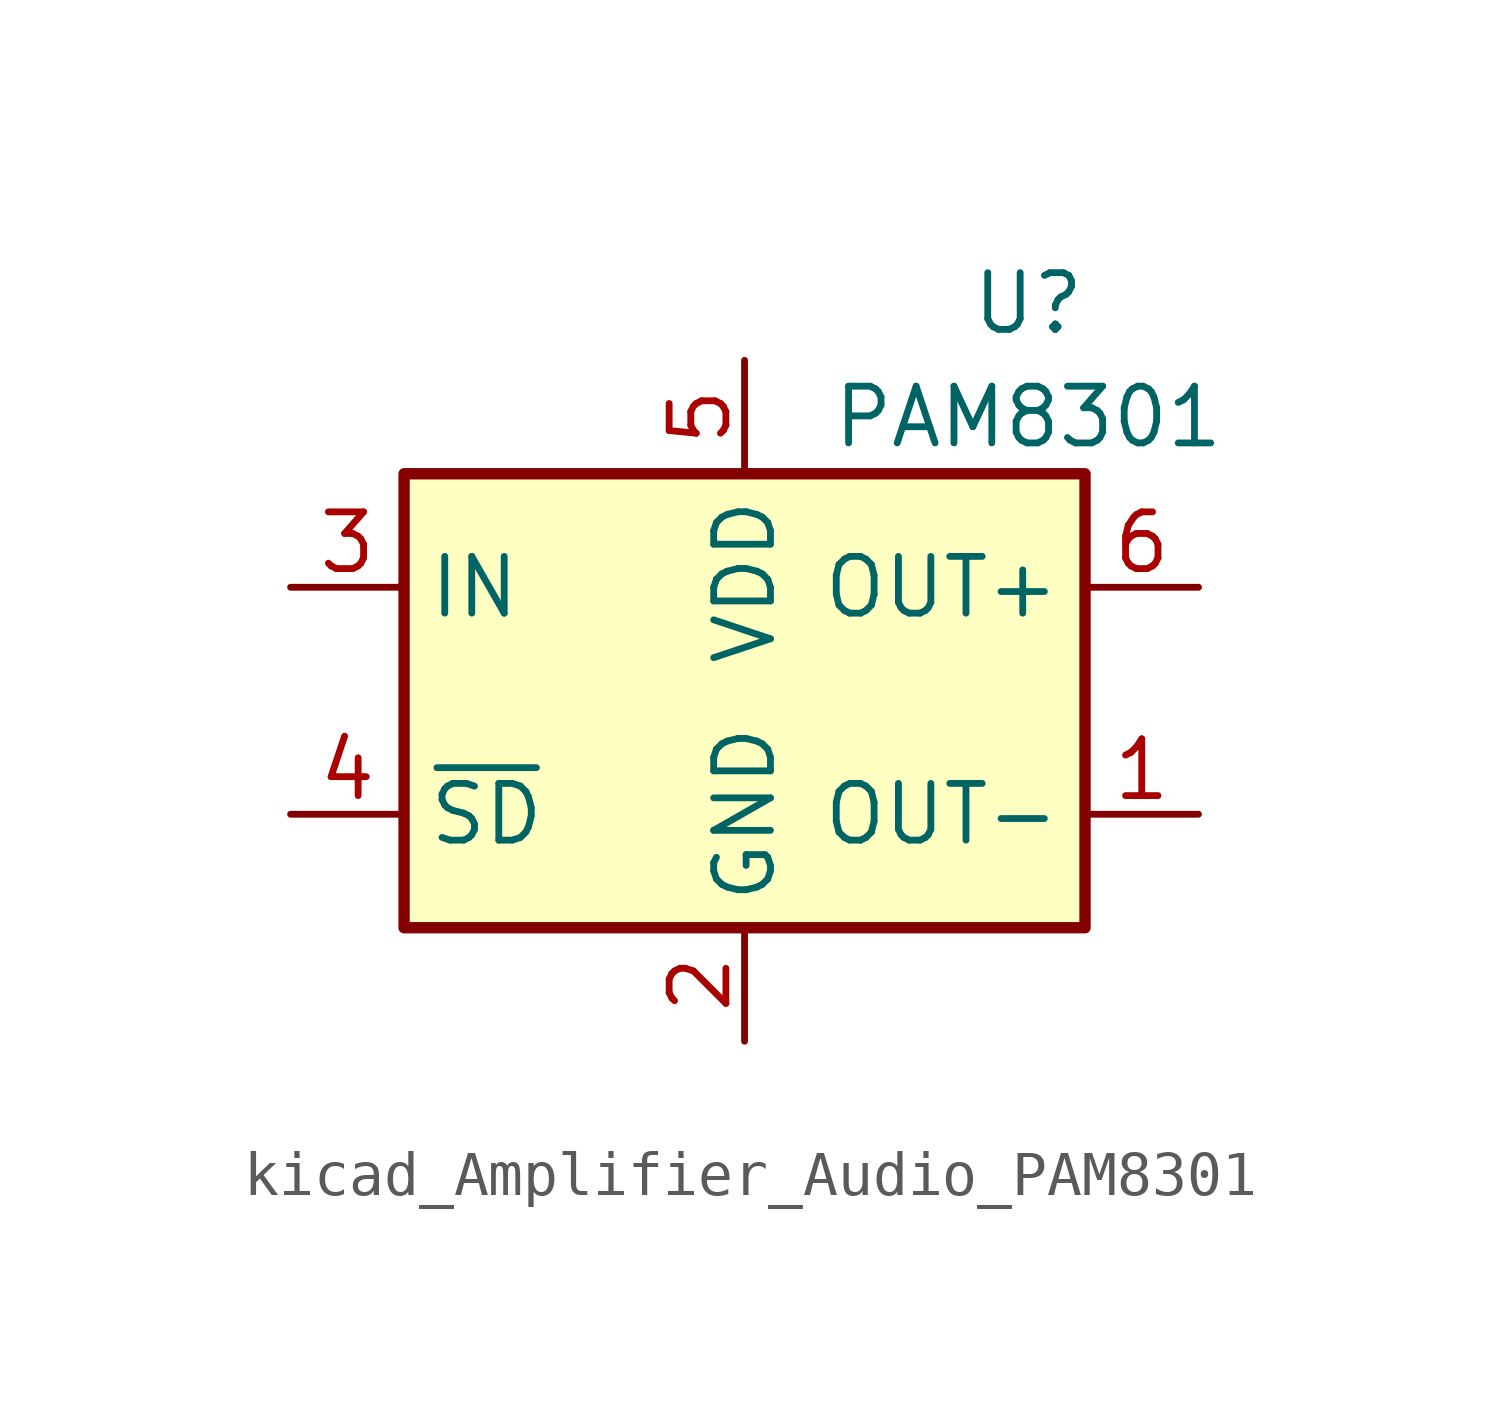
<source format=kicad_sym>
(kicad_symbol_lib
  (version 20220914)
  (generator kicad_symbol_editor)
  (symbol "kicad_Amplifier_Audio_PAM8301"
    (property "Reference" "U"
      (at 6.35 8.89 0)
      (effects (font (size 1.27 1.27))))
    (property "Value" "PAM8301"
      (at 6.35 6.35 0)
      (effects (font (size 1.27 1.27))))
    (symbol "kicad_Amplifier_Audio_PAM8301_0_1"
      (rectangle (start -7.62 5.08) (end 7.62 -5.08) (stroke (width 0.254) (type default)) (fill (type background))))
    (symbol "kicad_Amplifier_Audio_PAM8301_1_1"
      (pin output line (at 10.16 -2.54 180) (length 2.54) (name "OUT-" (effects (font (size 1.27 1.27)))) (number "1" (effects (font (size 1.27 1.27)))))
      (pin power_in line (at 0 -7.62 90) (length 2.54) (name "GND" (effects (font (size 1.27 1.27)))) (number "2" (effects (font (size 1.27 1.27)))))
      (pin input line (at -10.16 2.54 0) (length 2.54) (name "IN" (effects (font (size 1.27 1.27)))) (number "3" (effects (font (size 1.27 1.27)))))
      (pin input line (at -10.16 -2.54 0) (length 2.54) (name "~{SD}" (effects (font (size 1.27 1.27)))) (number "4" (effects (font (size 1.27 1.27)))))
      (pin power_in line (at 0 7.62 270) (length 2.54) (name "VDD" (effects (font (size 1.27 1.27)))) (number "5" (effects (font (size 1.27 1.27)))))
      (pin output line (at 10.16 2.54 180) (length 2.54) (name "OUT+" (effects (font (size 1.27 1.27)))) (number "6" (effects (font (size 1.27 1.27))))))))
</source>
